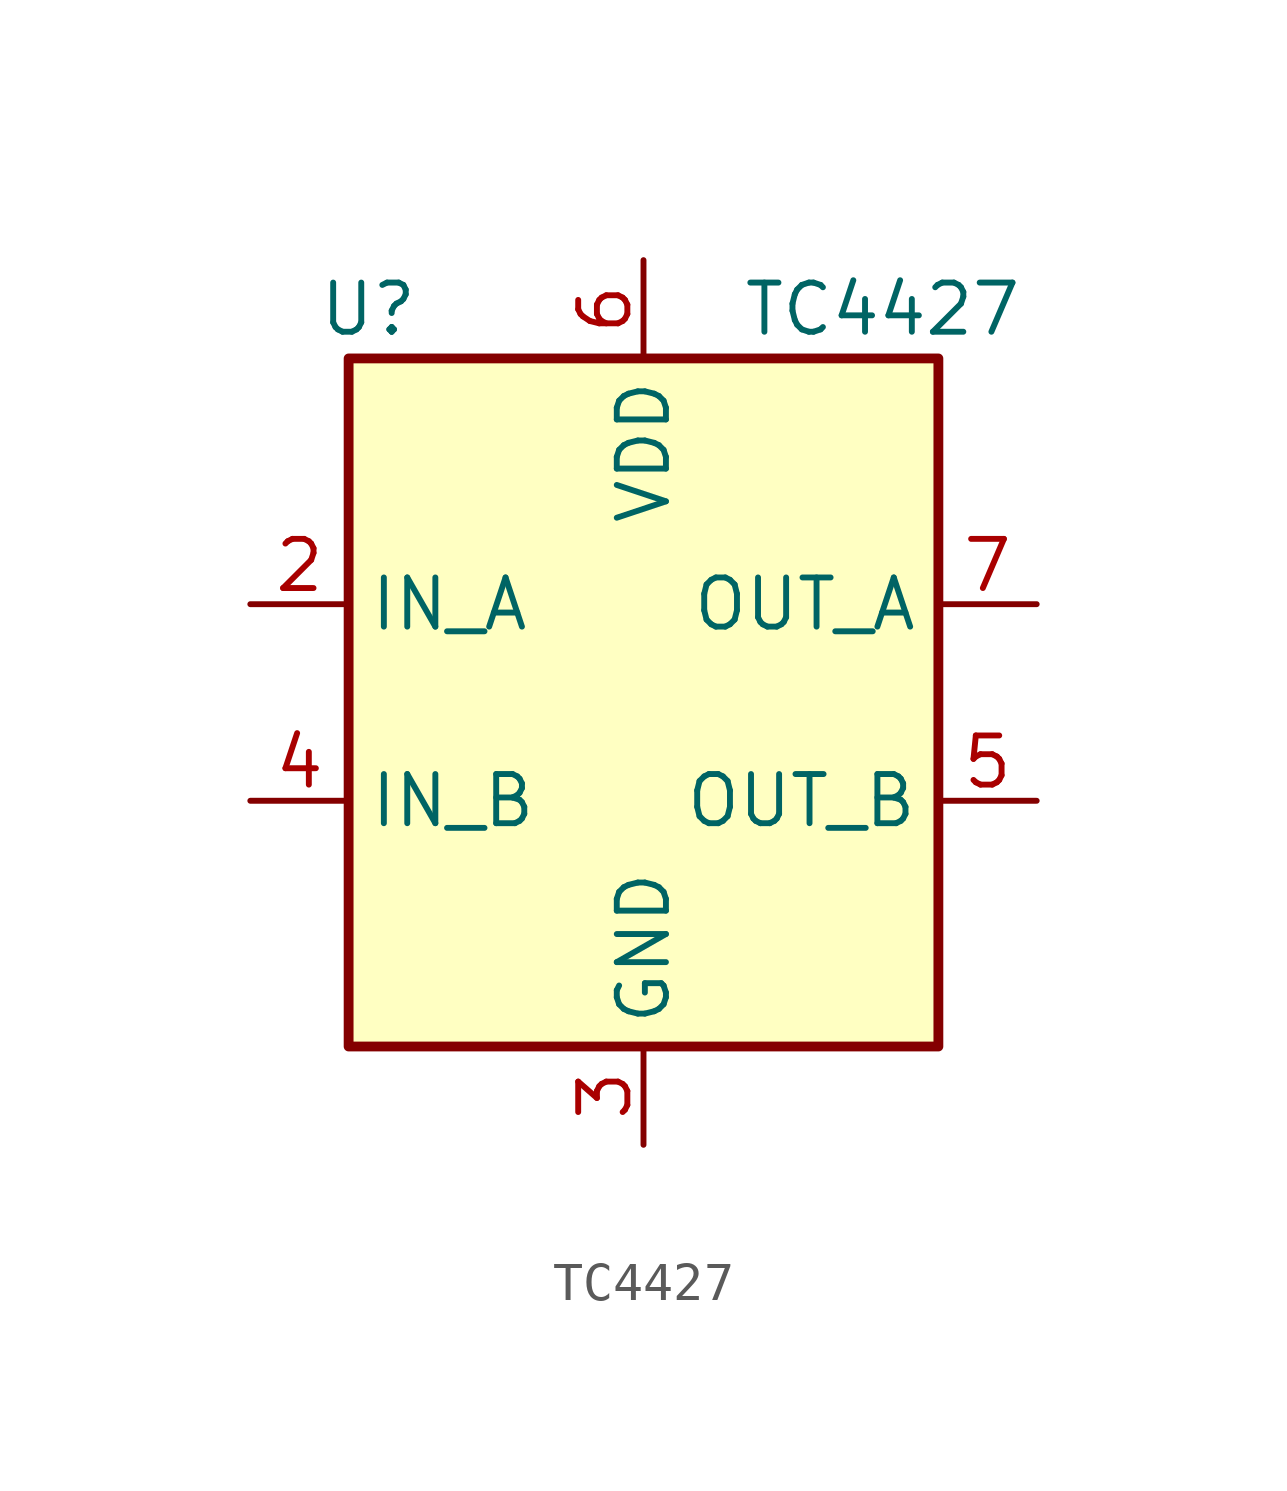
<source format=kicad_sym>
(kicad_symbol_lib
  (version 20231120)
  (generator "kicad_symbol_editor")
  (generator_version "8.0")
  (symbol "TC4427"
    (property "Reference" "U"
      (at -7.112 10.16 0)
      (effects (font (size 1.27 1.27))))
    (property "Value" "TC4427"
      (at 2.54 10.16 0)
      (effects (font (size 1.27 1.27)) (justify left)))
    (symbol "TC4427_0_1"
      (rectangle (start -7.62 8.89) (end 7.62 -8.89) (stroke (width 0.254) (type default)) (fill (type background))))
    (symbol "TC4427_1_1"
      (pin no_connect line (at -10.16 -6.35 0) (length 2.54) hide (name "NC" (effects (font (size 1.27 1.27)))) (number "1" (effects (font (size 1.27 1.27)))))
      (pin input line (at -10.16 2.54 0) (length 2.54) (name "IN_A" (effects (font (size 1.27 1.27)))) (number "2" (effects (font (size 1.27 1.27)))))
      (pin power_in line (at 0 -11.43 90) (length 2.54) (name "GND" (effects (font (size 1.27 1.27)))) (number "3" (effects (font (size 1.27 1.27)))))
      (pin bidirectional line (at -10.16 -2.54 0) (length 2.54) (name "IN_B" (effects (font (size 1.27 1.27)))) (number "4" (effects (font (size 1.27 1.27)))))
      (pin output line (at 10.16 -2.54 180) (length 2.54) (name "OUT_B" (effects (font (size 1.27 1.27)))) (number "5" (effects (font (size 1.27 1.27)))))
      (pin power_in line (at 0 11.43 270) (length 2.54) (name "VDD" (effects (font (size 1.27 1.27)))) (number "6" (effects (font (size 1.27 1.27)))))
      (pin power_in line (at 10.16 2.54 180) (length 2.54) (name "OUT_A" (effects (font (size 1.27 1.27)))) (number "7" (effects (font (size 1.27 1.27)))))
      (pin no_connect line (at 10.16 -6.35 180) (length 2.54) hide (name "NC" (effects (font (size 1.27 1.27)))) (number "8" (effects (font (size 1.27 1.27))))))))
</source>
